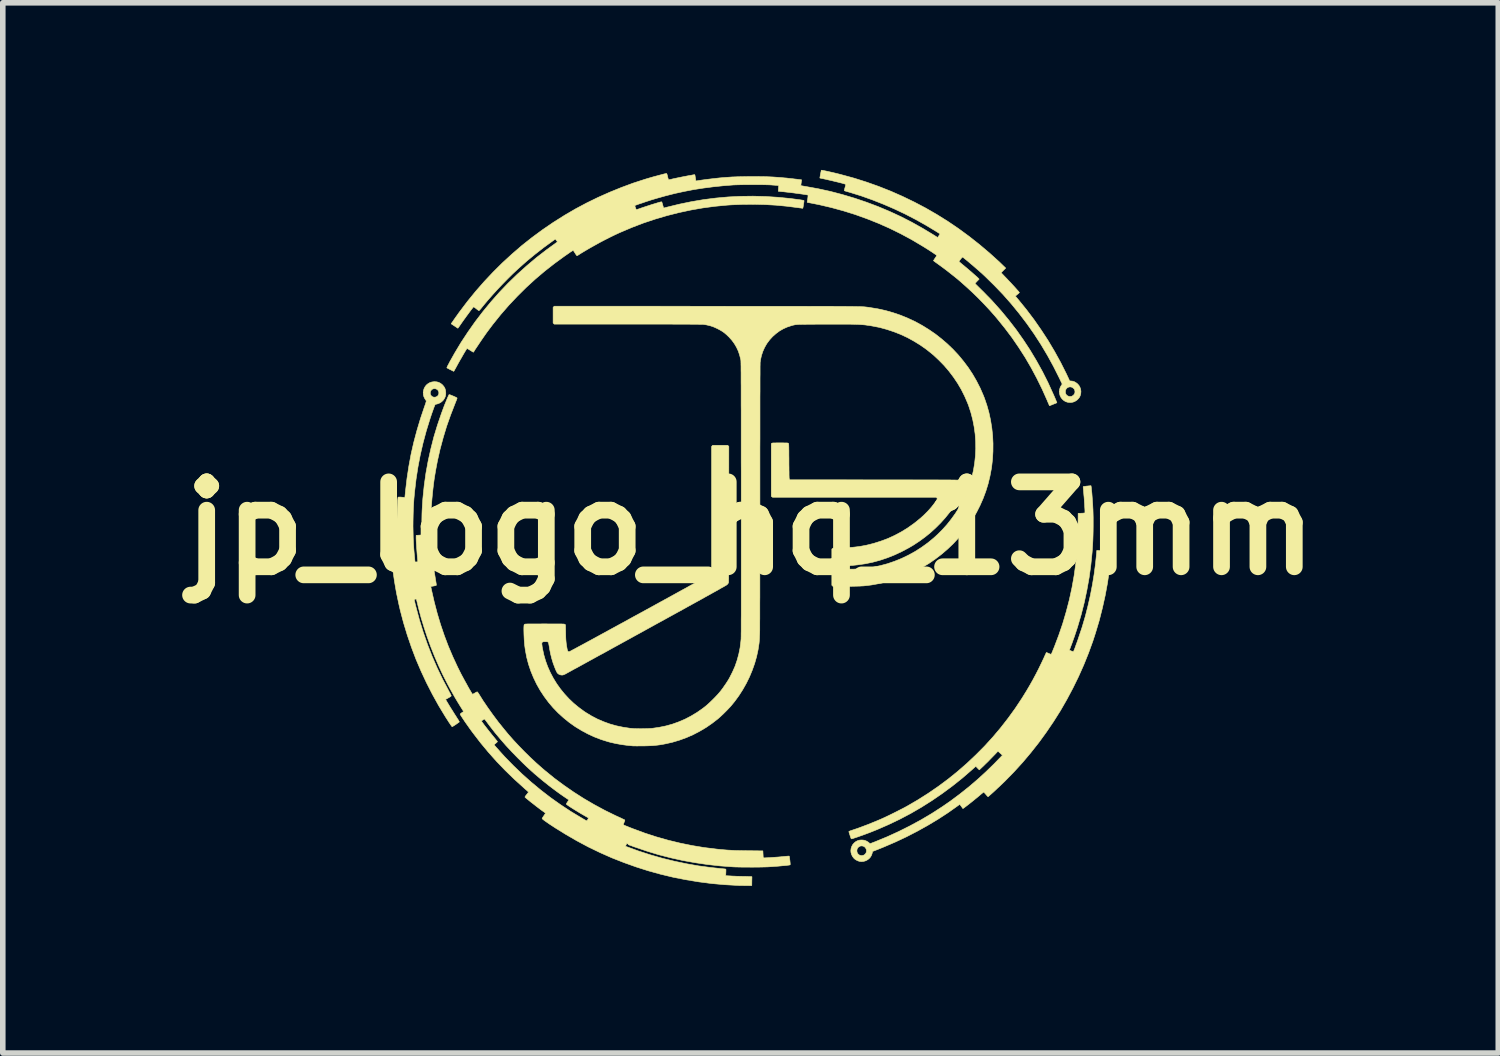
<source format=kicad_pcb>
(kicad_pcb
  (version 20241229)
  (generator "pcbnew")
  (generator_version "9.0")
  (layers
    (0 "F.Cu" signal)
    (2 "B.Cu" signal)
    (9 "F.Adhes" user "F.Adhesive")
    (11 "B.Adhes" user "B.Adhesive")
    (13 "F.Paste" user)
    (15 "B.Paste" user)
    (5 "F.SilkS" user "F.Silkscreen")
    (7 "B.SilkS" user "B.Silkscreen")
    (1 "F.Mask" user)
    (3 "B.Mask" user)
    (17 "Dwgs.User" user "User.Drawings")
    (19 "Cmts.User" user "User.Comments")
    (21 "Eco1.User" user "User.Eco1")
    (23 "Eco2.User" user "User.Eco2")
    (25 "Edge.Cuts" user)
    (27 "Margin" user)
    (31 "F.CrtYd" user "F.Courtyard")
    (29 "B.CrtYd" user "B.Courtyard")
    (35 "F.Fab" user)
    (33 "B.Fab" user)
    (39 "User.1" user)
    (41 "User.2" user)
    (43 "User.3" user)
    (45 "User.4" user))
  (footprint "jp_logo_hq_13mm"
    (layer "F.Cu")
    (at 10.421 6.434)
    (property "Reference" "jp_logo_hq_13mm" (at 0 0 0) (layer "F.SilkS") (effects (font (size 1.524 1.524) (thickness 0.3))))
    (attr through_hole)
    (fp_poly (pts (xy 6.112 -0.765) (xy 6.113 -0.759) (xy 6.115 -0.746) (xy 6.118 -0.727) (xy 6.12 -0.701) (xy 6.123 -0.671) (xy 6.127 -0.636) (xy 6.13 -0.598) (xy 6.133 -0.559) (xy 6.136 -0.517) (xy 6.139 -0.475) (xy 6.142 -0.434) (xy 6.144 -0.394) (xy 6.146 -0.356) (xy 6.147 -0.343) (xy 6.149 -0.274) (xy 6.151 -0.198) (xy 6.151 -0.118) (xy 6.151 -0.034) (xy 6.15 0.052) (xy 6.148 0.137) (xy 6.145 0.221) (xy 6.141 0.302) (xy 6.136 0.378) (xy 6.132 0.43) (xy 6.109 0.657) (xy 6.078 0.884) (xy 6.038 1.108) (xy 5.991 1.33) (xy 5.935 1.55) (xy 5.871 1.768) (xy 5.816 1.935) (xy 5.808 1.957) (xy 5.798 1.984) (xy 5.787 2.015) (xy 5.776 2.047) (xy 5.764 2.079) (xy 5.752 2.11) (xy 5.742 2.138) (xy 5.733 2.162) (xy 5.726 2.179) (xy 5.726 2.18) (xy 5.726 2.185) (xy 5.731 2.189) (xy 5.743 2.194) (xy 5.758 2.201) (xy 5.774 2.207) (xy 5.787 2.21) (xy 5.795 2.211) (xy 5.796 2.211) (xy 5.8 2.204) (xy 5.806 2.191) (xy 5.814 2.171) (xy 5.824 2.146) (xy 5.835 2.115) (xy 5.847 2.081) (xy 5.861 2.044) (xy 5.875 2.004) (xy 5.889 1.962) (xy 5.903 1.92) (xy 5.917 1.878) (xy 5.931 1.837) (xy 5.944 1.798) (xy 5.956 1.761) (xy 5.957 1.757) (xy 6.01 1.577) (xy 6.057 1.392) (xy 6.1 1.203) (xy 6.137 1.012) (xy 6.168 0.822) (xy 6.193 0.633) (xy 6.211 0.455) (xy 6.212 0.434) (xy 6.214 0.416) (xy 6.215 0.402) (xy 6.216 0.396) (xy 6.216 0.395) (xy 6.221 0.395) (xy 6.232 0.396) (xy 6.248 0.397) (xy 6.268 0.398) (xy 6.271 0.399) (xy 6.292 0.4) (xy 6.31 0.401) (xy 6.322 0.401) (xy 6.329 0.4) (xy 6.329 0.399) (xy 6.33 0.394) (xy 6.331 0.381) (xy 6.333 0.362) (xy 6.335 0.337) (xy 6.337 0.307) (xy 6.339 0.274) (xy 6.341 0.237) (xy 6.342 0.199) (xy 6.344 0.16) (xy 6.346 0.121) (xy 6.347 0.083) (xy 6.348 0.046) (xy 6.349 0.013) (xy 6.35 -0.017) (xy 6.35 -0.037) (xy 6.35 -0.076) (xy 6.495 -0.076) (xy 6.492 0.054) (xy 6.483 0.289) (xy 6.466 0.522) (xy 6.441 0.752) (xy 6.408 0.98) (xy 6.366 1.206) (xy 6.316 1.431) (xy 6.259 1.655) (xy 6.192 1.879) (xy 6.145 2.024) (xy 6.067 2.239) (xy 5.981 2.452) (xy 5.887 2.663) (xy 5.786 2.869) (xy 5.678 3.072) (xy 5.563 3.272) (xy 5.44 3.467) (xy 5.311 3.657) (xy 5.176 3.843) (xy 5.034 4.023) (xy 4.886 4.199) (xy 4.732 4.368) (xy 4.572 4.532) (xy 4.465 4.635) (xy 4.436 4.661) (xy 4.408 4.688) (xy 4.38 4.714) (xy 4.354 4.738) (xy 4.329 4.76) (xy 4.308 4.779) (xy 4.289 4.795) (xy 4.276 4.808) (xy 4.266 4.815) (xy 4.263 4.817) (xy 4.26 4.814) (xy 4.252 4.806) (xy 4.241 4.794) (xy 4.228 4.779) (xy 4.225 4.775) (xy 4.211 4.76) (xy 4.2 4.747) (xy 4.191 4.737) (xy 4.186 4.733) (xy 4.186 4.733) (xy 4.182 4.736) (xy 4.173 4.743) (xy 4.159 4.754) (xy 4.142 4.768) (xy 4.123 4.784) (xy 4.123 4.784) (xy 4.098 4.805) (xy 4.071 4.828) (xy 4.042 4.851) (xy 4.012 4.876) (xy 3.982 4.9) (xy 3.952 4.924) (xy 3.923 4.947) (xy 3.896 4.968) (xy 3.871 4.987) (xy 3.85 5.003) (xy 3.833 5.016) (xy 3.821 5.024) (xy 3.814 5.029) (xy 3.812 5.029) (xy 3.809 5.025) (xy 3.802 5.016) (xy 3.793 5.002) (xy 3.784 4.99) (xy 3.756 4.953) (xy 3.714 4.984) (xy 3.543 5.105) (xy 3.365 5.221) (xy 3.18 5.332) (xy 2.991 5.437) (xy 2.797 5.537) (xy 2.599 5.63) (xy 2.397 5.717) (xy 2.276 5.766) (xy 2.191 5.799) (xy 2.186 5.824) (xy 2.174 5.862) (xy 2.156 5.896) (xy 2.131 5.925) (xy 2.102 5.948) (xy 2.069 5.966) (xy 2.032 5.977) (xy 1.994 5.981) (xy 1.956 5.977) (xy 1.928 5.968) (xy 1.899 5.954) (xy 1.872 5.936) (xy 1.854 5.919) (xy 1.83 5.887) (xy 1.813 5.852) (xy 1.803 5.815) (xy 1.801 5.787) (xy 1.909 5.787) (xy 1.913 5.813) (xy 1.923 5.835) (xy 1.939 5.853) (xy 1.959 5.866) (xy 1.983 5.872) (xy 2.007 5.872) (xy 2.033 5.865) (xy 2.037 5.863) (xy 2.056 5.849) (xy 2.071 5.829) (xy 2.079 5.811) (xy 2.082 5.787) (xy 2.079 5.764) (xy 2.069 5.742) (xy 2.055 5.724) (xy 2.037 5.71) (xy 2.015 5.702) (xy 1.993 5.699) (xy 1.969 5.703) (xy 1.964 5.705) (xy 1.939 5.72) (xy 1.922 5.739) (xy 1.912 5.763) (xy 1.909 5.787) (xy 1.801 5.787) (xy 1.801 5.778) (xy 1.806 5.742) (xy 1.818 5.707) (xy 1.836 5.674) (xy 1.862 5.645) (xy 1.892 5.621) (xy 1.926 5.604) (xy 1.962 5.595) (xy 2 5.593) (xy 2.038 5.597) (xy 2.074 5.609) (xy 2.107 5.627) (xy 2.125 5.641) (xy 2.145 5.66) (xy 2.236 5.625) (xy 2.45 5.537) (xy 2.658 5.442) (xy 2.862 5.34) (xy 3.061 5.232) (xy 3.255 5.117) (xy 3.444 4.995) (xy 3.59 4.894) (xy 3.756 4.77) (xy 3.918 4.641) (xy 4.076 4.506) (xy 4.228 4.367) (xy 4.374 4.225) (xy 4.433 4.164) (xy 4.522 4.072) (xy 4.492 4.044) (xy 4.477 4.031) (xy 4.464 4.019) (xy 4.454 4.01) (xy 4.451 4.008) (xy 4.441 4) (xy 4.398 4.046) (xy 4.354 4.091) (xy 4.308 4.138) (xy 4.263 4.185) (xy 4.218 4.228) (xy 4.178 4.268) (xy 4.169 4.276) (xy 4.107 4.335) (xy 4.075 4.303) (xy 4.044 4.27) (xy 3.966 4.34) (xy 3.796 4.487) (xy 3.62 4.627) (xy 3.44 4.76) (xy 3.256 4.886) (xy 3.068 5.005) (xy 2.875 5.117) (xy 2.678 5.221) (xy 2.477 5.317) (xy 2.271 5.407) (xy 2.131 5.463) (xy 2.1 5.474) (xy 2.066 5.487) (xy 2.031 5.5) (xy 1.995 5.513) (xy 1.96 5.525) (xy 1.927 5.537) (xy 1.896 5.547) (xy 1.869 5.556) (xy 1.847 5.564) (xy 1.83 5.569) (xy 1.819 5.572) (xy 1.818 5.572) (xy 1.813 5.572) (xy 1.81 5.571) (xy 1.806 5.567) (xy 1.803 5.56) (xy 1.798 5.547) (xy 1.792 5.529) (xy 1.786 5.51) (xy 1.779 5.488) (xy 1.773 5.468) (xy 1.768 5.453) (xy 1.766 5.444) (xy 1.765 5.442) (xy 1.769 5.439) (xy 1.779 5.434) (xy 1.794 5.428) (xy 1.809 5.423) (xy 1.877 5.4) (xy 1.952 5.374) (xy 2.029 5.345) (xy 2.109 5.315) (xy 2.188 5.283) (xy 2.266 5.251) (xy 2.33 5.224) (xy 2.366 5.208) (xy 2.408 5.189) (xy 2.454 5.167) (xy 2.504 5.143) (xy 2.555 5.118) (xy 2.607 5.092) (xy 2.658 5.066) (xy 2.707 5.041) (xy 2.752 5.018) (xy 2.791 4.997) (xy 2.813 4.985) (xy 3.005 4.873) (xy 3.191 4.755) (xy 3.373 4.63) (xy 3.549 4.499) (xy 3.72 4.361) (xy 3.885 4.217) (xy 4.044 4.067) (xy 4.198 3.912) (xy 4.346 3.75) (xy 4.487 3.583) (xy 4.622 3.41) (xy 4.751 3.232) (xy 4.873 3.048) (xy 4.956 2.914) (xy 5.01 2.822) (xy 5.065 2.725) (xy 5.119 2.624) (xy 5.172 2.521) (xy 5.221 2.42) (xy 5.267 2.323) (xy 5.272 2.311) (xy 5.283 2.287) (xy 5.293 2.265) (xy 5.301 2.248) (xy 5.307 2.235) (xy 5.31 2.228) (xy 5.311 2.228) (xy 5.315 2.229) (xy 5.325 2.233) (xy 5.339 2.238) (xy 5.351 2.244) (xy 5.368 2.251) (xy 5.382 2.256) (xy 5.391 2.26) (xy 5.394 2.261) (xy 5.396 2.259) (xy 5.399 2.255) (xy 5.404 2.246) (xy 5.41 2.233) (xy 5.418 2.215) (xy 5.428 2.19) (xy 5.44 2.159) (xy 5.453 2.129) (xy 5.532 1.92) (xy 5.604 1.709) (xy 5.667 1.496) (xy 5.723 1.281) (xy 5.77 1.065) (xy 5.809 0.847) (xy 5.839 0.628) (xy 5.861 0.408) (xy 5.863 0.387) (xy 5.866 0.349) (xy 5.868 0.315) (xy 5.87 0.282) (xy 5.872 0.251) (xy 5.874 0.219) (xy 5.875 0.186) (xy 5.876 0.151) (xy 5.877 0.111) (xy 5.878 0.067) (xy 5.878 0.016) (xy 5.879 -0.034) (xy 5.881 -0.27) (xy 5.94 -0.272) (xy 5.962 -0.273) (xy 5.98 -0.275) (xy 5.994 -0.276) (xy 6.001 -0.277) (xy 6.002 -0.277) (xy 6.003 -0.282) (xy 6.003 -0.295) (xy 6.003 -0.315) (xy 6.002 -0.34) (xy 6 -0.37) (xy 5.998 -0.403) (xy 5.996 -0.44) (xy 5.993 -0.478) (xy 5.991 -0.518) (xy 5.988 -0.558) (xy 5.984 -0.597) (xy 5.981 -0.635) (xy 5.978 -0.669) (xy 5.976 -0.692) (xy 5.974 -0.713) (xy 5.972 -0.73) (xy 5.972 -0.743) (xy 5.972 -0.75) (xy 5.973 -0.75) (xy 5.978 -0.751) (xy 5.989 -0.753) (xy 6.006 -0.755) (xy 6.025 -0.758) (xy 6.046 -0.76) (xy 6.067 -0.762) (xy 6.086 -0.764) (xy 6.1 -0.765) (xy 6.11 -0.765) (xy 6.112 -0.765)) (stroke (width 0.01) (type solid)) (fill yes) (layer "F.SilkS"))
    (fp_poly (pts (xy -5.631 -2.63) (xy -5.597 -2.621) (xy -5.564 -2.604) (xy -5.533 -2.58) (xy -5.53 -2.577) (xy -5.504 -2.547) (xy -5.485 -2.514) (xy -5.474 -2.478) (xy -5.47 -2.436) (xy -5.469 -2.43) (xy -5.472 -2.394) (xy -5.48 -2.361) (xy -5.495 -2.33) (xy -5.497 -2.326) (xy -5.519 -2.296) (xy -5.547 -2.27) (xy -5.579 -2.25) (xy -5.614 -2.236) (xy -5.632 -2.231) (xy -5.646 -2.228) (xy -5.657 -2.225) (xy -5.661 -2.224) (xy -5.663 -2.218) (xy -5.668 -2.206) (xy -5.675 -2.188) (xy -5.684 -2.165) (xy -5.694 -2.138) (xy -5.704 -2.108) (xy -5.716 -2.076) (xy -5.727 -2.044) (xy -5.738 -2.011) (xy -5.748 -1.981) (xy -5.752 -1.968) (xy -5.819 -1.752) (xy -5.877 -1.536) (xy -5.927 -1.32) (xy -5.969 -1.101) (xy -6.003 -0.882) (xy -6.029 -0.659) (xy -6.041 -0.531) (xy -6.047 -0.44) (xy -6.052 -0.343) (xy -6.055 -0.243) (xy -6.057 -0.139) (xy -6.058 -0.036) (xy -6.056 0.066) (xy -6.054 0.166) (xy -6.05 0.26) (xy -6.045 0.339) (xy -6.043 0.371) (xy -6.04 0.405) (xy -6.037 0.44) (xy -6.034 0.474) (xy -6.031 0.505) (xy -6.028 0.535) (xy -6.026 0.56) (xy -6.024 0.58) (xy -6.022 0.594) (xy -6.021 0.601) (xy -6.02 0.602) (xy -6.015 0.603) (xy -6.004 0.603) (xy -5.994 0.602) (xy -5.971 0.6) (xy -5.978 0.526) (xy -5.981 0.494) (xy -5.984 0.458) (xy -5.987 0.42) (xy -5.99 0.381) (xy -5.993 0.341) (xy -5.995 0.302) (xy -5.998 0.265) (xy -6 0.232) (xy -6.001 0.202) (xy -6.002 0.179) (xy -6.002 0.162) (xy -6.002 0.157) (xy -6.001 0.125) (xy -5.984 0.124) (xy -5.971 0.123) (xy -5.954 0.122) (xy -5.935 0.121) (xy -5.933 0.12) (xy -5.899 0.118) (xy -5.899 -0.073) (xy -5.899 -0.141) (xy -5.898 -0.203) (xy -5.897 -0.26) (xy -5.895 -0.314) (xy -5.892 -0.366) (xy -5.889 -0.42) (xy -5.885 -0.476) (xy -5.881 -0.536) (xy -5.88 -0.546) (xy -5.857 -0.769) (xy -5.826 -0.991) (xy -5.786 -1.21) (xy -5.738 -1.427) (xy -5.683 -1.643) (xy -5.618 -1.857) (xy -5.546 -2.068) (xy -5.515 -2.151) (xy -5.501 -2.189) (xy -5.486 -2.227) (xy -5.471 -2.263) (xy -5.458 -2.296) (xy -5.445 -2.327) (xy -5.434 -2.353) (xy -5.424 -2.374) (xy -5.417 -2.39) (xy -5.412 -2.399) (xy -5.41 -2.4) (xy -5.404 -2.4) (xy -5.391 -2.397) (xy -5.371 -2.389) (xy -5.344 -2.378) (xy -5.334 -2.374) (xy -5.31 -2.363) (xy -5.292 -2.355) (xy -5.28 -2.349) (xy -5.272 -2.344) (xy -5.268 -2.341) (xy -5.267 -2.337) (xy -5.268 -2.333) (xy -5.268 -2.333) (xy -5.27 -2.326) (xy -5.275 -2.312) (xy -5.282 -2.294) (xy -5.291 -2.271) (xy -5.301 -2.246) (xy -5.306 -2.233) (xy -5.383 -2.035) (xy -5.454 -1.834) (xy -5.516 -1.629) (xy -5.572 -1.421) (xy -5.619 -1.213) (xy -5.651 -1.044) (xy -5.665 -0.961) (xy -5.678 -0.88) (xy -5.689 -0.798) (xy -5.699 -0.714) (xy -5.708 -0.627) (xy -5.717 -0.535) (xy -5.725 -0.437) (xy -5.729 -0.389) (xy -5.73 -0.367) (xy -5.731 -0.336) (xy -5.732 -0.299) (xy -5.733 -0.257) (xy -5.733 -0.211) (xy -5.734 -0.162) (xy -5.734 -0.11) (xy -5.734 -0.058) (xy -5.734 -0.005) (xy -5.734 0.047) (xy -5.733 0.096) (xy -5.733 0.142) (xy -5.732 0.184) (xy -5.731 0.221) (xy -5.73 0.252) (xy -5.729 0.275) (xy -5.729 0.275) (xy -5.721 0.368) (xy -5.714 0.454) (xy -5.706 0.535) (xy -5.698 0.611) (xy -5.689 0.686) (xy -5.679 0.759) (xy -5.667 0.833) (xy -5.655 0.91) (xy -5.654 0.918) (xy -5.649 0.945) (xy -5.645 0.969) (xy -5.642 0.989) (xy -5.64 1.005) (xy -5.639 1.013) (xy -5.639 1.014) (xy -5.639 1.019) (xy -5.641 1.022) (xy -5.645 1.025) (xy -5.653 1.027) (xy -5.666 1.03) (xy -5.686 1.034) (xy -5.696 1.036) (xy -5.739 1.043) (xy -5.725 1.109) (xy -5.677 1.32) (xy -5.623 1.526) (xy -5.563 1.727) (xy -5.496 1.924) (xy -5.423 2.117) (xy -5.342 2.307) (xy -5.255 2.494) (xy -5.198 2.608) (xy -5.18 2.642) (xy -5.16 2.679) (xy -5.139 2.718) (xy -5.117 2.758) (xy -5.095 2.797) (xy -5.074 2.836) (xy -5.054 2.872) (xy -5.035 2.904) (xy -5.018 2.933) (xy -5.004 2.956) (xy -4.994 2.972) (xy -4.993 2.973) (xy -4.99 2.976) (xy -4.986 2.976) (xy -4.979 2.973) (xy -4.968 2.967) (xy -4.951 2.957) (xy -4.951 2.957) (xy -4.934 2.947) (xy -4.92 2.94) (xy -4.91 2.935) (xy -4.906 2.934) (xy -4.901 2.937) (xy -4.894 2.946) (xy -4.884 2.959) (xy -4.881 2.964) (xy -4.801 3.092) (xy -4.714 3.22) (xy -4.622 3.349) (xy -4.526 3.477) (xy -4.427 3.6) (xy -4.346 3.698) (xy -4.256 3.8) (xy -4.159 3.904) (xy -4.058 4.008) (xy -3.954 4.11) (xy -3.848 4.209) (xy -3.743 4.302) (xy -3.689 4.348) (xy -3.523 4.483) (xy -3.351 4.611) (xy -3.173 4.734) (xy -2.99 4.851) (xy -2.803 4.96) (xy -2.612 5.063) (xy -2.418 5.158) (xy -2.361 5.184) (xy -2.334 5.196) (xy -2.31 5.208) (xy -2.289 5.218) (xy -2.272 5.226) (xy -2.261 5.231) (xy -2.258 5.234) (xy -2.256 5.238) (xy -2.257 5.246) (xy -2.261 5.258) (xy -2.269 5.277) (xy -2.269 5.279) (xy -2.276 5.295) (xy -2.281 5.309) (xy -2.284 5.318) (xy -2.285 5.32) (xy -2.28 5.322) (xy -2.268 5.328) (xy -2.251 5.335) (xy -2.229 5.344) (xy -2.203 5.354) (xy -2.175 5.366) (xy -2.146 5.377) (xy -2.116 5.389) (xy -2.105 5.393) (xy -1.9 5.469) (xy -1.691 5.537) (xy -1.479 5.597) (xy -1.265 5.649) (xy -1.049 5.693) (xy -0.832 5.729) (xy -0.613 5.756) (xy -0.537 5.764) (xy -0.489 5.768) (xy -0.444 5.772) (xy -0.402 5.775) (xy -0.36 5.777) (xy -0.317 5.78) (xy -0.273 5.782) (xy -0.225 5.783) (xy -0.174 5.784) (xy -0.117 5.785) (xy -0.053 5.786) (xy -0.028 5.786) (xy 0.222 5.789) (xy 0.225 5.844) (xy 0.226 5.865) (xy 0.227 5.884) (xy 0.228 5.899) (xy 0.228 5.907) (xy 0.228 5.907) (xy 0.229 5.91) (xy 0.231 5.912) (xy 0.236 5.913) (xy 0.245 5.914) (xy 0.26 5.914) (xy 0.281 5.913) (xy 0.295 5.912) (xy 0.328 5.911) (xy 0.366 5.908) (xy 0.409 5.905) (xy 0.454 5.902) (xy 0.499 5.899) (xy 0.543 5.895) (xy 0.583 5.891) (xy 0.618 5.888) (xy 0.635 5.886) (xy 0.656 5.884) (xy 0.674 5.883) (xy 0.687 5.882) (xy 0.694 5.883) (xy 0.695 5.883) (xy 0.696 5.888) (xy 0.699 5.9) (xy 0.701 5.918) (xy 0.704 5.94) (xy 0.707 5.96) (xy 0.71 5.988) (xy 0.712 6.008) (xy 0.713 6.022) (xy 0.713 6.032) (xy 0.712 6.037) (xy 0.71 6.039) (xy 0.704 6.041) (xy 0.69 6.044) (xy 0.67 6.046) (xy 0.643 6.05) (xy 0.61 6.053) (xy 0.573 6.056) (xy 0.532 6.06) (xy 0.488 6.064) (xy 0.441 6.067) (xy 0.393 6.071) (xy 0.344 6.074) (xy 0.313 6.076) (xy 0.284 6.077) (xy 0.247 6.078) (xy 0.204 6.079) (xy 0.157 6.08) (xy 0.105 6.08) (xy 0.052 6.081) (xy -0.003 6.081) (xy -0.057 6.08) (xy -0.111 6.08) (xy -0.161 6.08) (xy -0.208 6.079) (xy -0.25 6.078) (xy -0.286 6.077) (xy -0.307 6.076) (xy -0.539 6.059) (xy -0.768 6.034) (xy -0.993 6.001) (xy -1.216 5.961) (xy -1.436 5.912) (xy -1.653 5.856) (xy -1.866 5.791) (xy -2.077 5.719) (xy -2.085 5.717) (xy -2.112 5.707) (xy -2.137 5.697) (xy -2.158 5.69) (xy -2.175 5.684) (xy -2.185 5.68) (xy -2.189 5.679) (xy -2.192 5.676) (xy -2.19 5.673) (xy -2.19 5.67) (xy -2.198 5.666) (xy -2.204 5.663) (xy -2.215 5.659) (xy -2.221 5.658) (xy -2.224 5.661) (xy -2.226 5.665) (xy -2.23 5.676) (xy -2.236 5.688) (xy -2.237 5.69) (xy -2.243 5.706) (xy -2.219 5.715) (xy -2.005 5.793) (xy -1.791 5.862) (xy -1.577 5.923) (xy -1.364 5.975) (xy -1.149 6.02) (xy -0.933 6.058) (xy -0.715 6.087) (xy -0.527 6.107) (xy -0.502 6.109) (xy -0.48 6.111) (xy -0.462 6.113) (xy -0.45 6.115) (xy -0.445 6.115) (xy -0.443 6.118) (xy -0.441 6.123) (xy -0.441 6.133) (xy -0.441 6.149) (xy -0.442 6.172) (xy -0.442 6.176) (xy -0.445 6.234) (xy -0.355 6.239) (xy -0.326 6.241) (xy -0.292 6.242) (xy -0.253 6.244) (xy -0.212 6.245) (xy -0.17 6.246) (xy -0.132 6.247) (xy -0.129 6.247) (xy -0.096 6.247) (xy -0.065 6.248) (xy -0.037 6.249) (xy -0.014 6.249) (xy 0.003 6.25) (xy 0.014 6.251) (xy 0.016 6.251) (xy 0.026 6.253) (xy 0.024 6.332) (xy 0.023 6.411) (xy -0.059 6.412) (xy -0.093 6.412) (xy -0.131 6.411) (xy -0.171 6.411) (xy -0.207 6.41) (xy -0.224 6.409) (xy -0.461 6.396) (xy -0.695 6.375) (xy -0.928 6.345) (xy -1.158 6.307) (xy -1.387 6.262) (xy -1.612 6.208) (xy -1.836 6.146) (xy -2.056 6.076) (xy -2.274 5.998) (xy -2.49 5.913) (xy -2.702 5.819) (xy -2.911 5.718) (xy -3.117 5.608) (xy -3.319 5.491) (xy -3.503 5.377) (xy -3.553 5.344) (xy -3.598 5.315) (xy -3.637 5.288) (xy -3.67 5.265) (xy -3.697 5.246) (xy -3.718 5.23) (xy -3.732 5.218) (xy -3.739 5.211) (xy -3.74 5.208) (xy -3.737 5.202) (xy -3.731 5.19) (xy -3.721 5.175) (xy -3.709 5.158) (xy -3.709 5.157) (xy -3.697 5.14) (xy -3.688 5.126) (xy -3.683 5.116) (xy -3.681 5.11) (xy -3.681 5.11) (xy -3.686 5.107) (xy -3.696 5.099) (xy -3.71 5.088) (xy -3.728 5.076) (xy -3.734 5.071) (xy -3.761 5.052) (xy -3.79 5.03) (xy -3.82 5.007) (xy -3.852 4.983) (xy -3.883 4.958) (xy -3.914 4.934) (xy -3.944 4.911) (xy -3.971 4.889) (xy -3.995 4.869) (xy -4.016 4.852) (xy -4.032 4.839) (xy -4.043 4.829) (xy -4.048 4.824) (xy -4.048 4.824) (xy -4.047 4.818) (xy -4.04 4.807) (xy -4.028 4.79) (xy -4.017 4.777) (xy -4.005 4.761) (xy -3.994 4.747) (xy -3.987 4.737) (xy -3.985 4.733) (xy -3.985 4.732) (xy -3.988 4.729) (xy -3.997 4.721) (xy -4.01 4.708) (xy -4.028 4.693) (xy -4.049 4.675) (xy -4.071 4.655) (xy -4.072 4.654) (xy -4.24 4.502) (xy -4.401 4.346) (xy -4.555 4.186) (xy -4.703 4.02) (xy -4.845 3.849) (xy -4.968 3.689) (xy -4.993 3.656) (xy -5.018 3.622) (xy -5.044 3.586) (xy -5.069 3.55) (xy -5.094 3.515) (xy -5.118 3.481) (xy -5.134 3.457) (xy -4.83 3.457) (xy -4.828 3.461) (xy -4.822 3.471) (xy -4.811 3.486) (xy -4.797 3.505) (xy -4.78 3.528) (xy -4.76 3.554) (xy -4.738 3.582) (xy -4.715 3.612) (xy -4.691 3.642) (xy -4.667 3.672) (xy -4.643 3.702) (xy -4.62 3.73) (xy -4.601 3.753) (xy -4.584 3.774) (xy -4.569 3.793) (xy -4.556 3.809) (xy -4.547 3.82) (xy -4.543 3.827) (xy -4.542 3.827) (xy -4.545 3.831) (xy -4.551 3.839) (xy -4.564 3.85) (xy -4.582 3.866) (xy -4.589 3.872) (xy -4.603 3.885) (xy -4.565 3.929) (xy -4.417 4.094) (xy -4.262 4.253) (xy -4.102 4.407) (xy -3.936 4.555) (xy -3.766 4.696) (xy -3.591 4.831) (xy -3.412 4.958) (xy -3.229 5.079) (xy -3.043 5.191) (xy -3.031 5.198) (xy -3.01 5.211) (xy -2.99 5.222) (xy -2.973 5.232) (xy -2.961 5.239) (xy -2.957 5.241) (xy -2.947 5.247) (xy -2.939 5.248) (xy -2.939 5.248) (xy -2.934 5.244) (xy -2.927 5.235) (xy -2.92 5.223) (xy -2.914 5.21) (xy -2.91 5.201) (xy -2.909 5.197) (xy -2.913 5.195) (xy -2.923 5.189) (xy -2.938 5.18) (xy -2.958 5.169) (xy -2.98 5.156) (xy -2.987 5.152) (xy -3.027 5.129) (xy -3.068 5.105) (xy -3.107 5.081) (xy -3.145 5.058) (xy -3.18 5.036) (xy -3.212 5.016) (xy -3.241 4.997) (xy -3.265 4.981) (xy -3.284 4.968) (xy -3.298 4.957) (xy -3.305 4.951) (xy -3.306 4.949) (xy -3.304 4.943) (xy -3.298 4.931) (xy -3.289 4.917) (xy -3.283 4.908) (xy -3.26 4.874) (xy -3.297 4.849) (xy -3.355 4.81) (xy -3.418 4.766) (xy -3.484 4.718) (xy -3.551 4.668) (xy -3.618 4.617) (xy -3.683 4.565) (xy -3.73 4.528) (xy -3.804 4.466) (xy -3.875 4.406) (xy -3.943 4.345) (xy -4.012 4.282) (xy -4.082 4.215) (xy -4.154 4.143) (xy -4.166 4.132) (xy -4.28 4.015) (xy -4.387 3.9) (xy -4.488 3.784) (xy -4.586 3.667) (xy -4.68 3.546) (xy -4.716 3.498) (xy -4.732 3.476) (xy -4.747 3.456) (xy -4.76 3.44) (xy -4.77 3.428) (xy -4.775 3.422) (xy -4.776 3.421) (xy -4.781 3.423) (xy -4.79 3.429) (xy -4.802 3.437) (xy -4.815 3.446) (xy -4.827 3.455) (xy -4.83 3.457) (xy -5.134 3.457) (xy -5.14 3.448) (xy -5.16 3.419) (xy -5.177 3.392) (xy -5.192 3.37) (xy -5.202 3.353) (xy -5.209 3.341) (xy -5.211 3.335) (xy -5.207 3.328) (xy -5.196 3.319) (xy -5.18 3.307) (xy -5.149 3.287) (xy -5.168 3.258) (xy -5.21 3.191) (xy -5.255 3.118) (xy -5.301 3.041) (xy -5.347 2.959) (xy -5.393 2.877) (xy -5.438 2.793) (xy -5.48 2.711) (xy -5.52 2.632) (xy -5.528 2.616) (xy -5.602 2.456) (xy -5.673 2.291) (xy -5.74 2.122) (xy -5.802 1.951) (xy -5.859 1.779) (xy -5.911 1.608) (xy -5.956 1.439) (xy -5.984 1.323) (xy -5.989 1.303) (xy -5.993 1.286) (xy -5.996 1.275) (xy -5.998 1.269) (xy -5.998 1.269) (xy -6.004 1.268) (xy -6.014 1.27) (xy -6.019 1.271) (xy -6.024 1.272) (xy -6.028 1.273) (xy -6.031 1.274) (xy -6.033 1.276) (xy -6.034 1.281) (xy -6.034 1.289) (xy -6.032 1.3) (xy -6.028 1.316) (xy -6.023 1.337) (xy -6.017 1.364) (xy -6.008 1.398) (xy -6 1.428) (xy -5.941 1.649) (xy -5.873 1.868) (xy -5.798 2.083) (xy -5.715 2.296) (xy -5.624 2.505) (xy -5.525 2.711) (xy -5.418 2.913) (xy -5.407 2.935) (xy -5.395 2.956) (xy -5.385 2.975) (xy -5.378 2.991) (xy -5.373 3.001) (xy -5.372 3.005) (xy -5.374 3.01) (xy -5.38 3.016) (xy -5.392 3.024) (xy -5.41 3.035) (xy -5.422 3.042) (xy -5.473 3.07) (xy -5.439 3.128) (xy -5.421 3.158) (xy -5.4 3.193) (xy -5.376 3.232) (xy -5.35 3.272) (xy -5.325 3.313) (xy -5.3 3.352) (xy -5.277 3.388) (xy -5.261 3.414) (xy -5.248 3.433) (xy -5.238 3.45) (xy -5.231 3.463) (xy -5.227 3.472) (xy -5.227 3.474) (xy -5.231 3.478) (xy -5.24 3.485) (xy -5.255 3.495) (xy -5.271 3.507) (xy -5.29 3.52) (xy -5.308 3.532) (xy -5.326 3.543) (xy -5.34 3.552) (xy -5.35 3.558) (xy -5.355 3.56) (xy -5.359 3.557) (xy -5.367 3.546) (xy -5.38 3.529) (xy -5.395 3.506) (xy -5.415 3.477) (xy -5.437 3.442) (xy -5.463 3.402) (xy -5.477 3.38) (xy -5.597 3.182) (xy -5.709 2.98) (xy -5.815 2.773) (xy -5.913 2.563) (xy -6.004 2.35) (xy -6.086 2.134) (xy -6.161 1.914) (xy -6.228 1.693) (xy -6.287 1.469) (xy -6.311 1.365) (xy -6.355 1.157) (xy -6.391 0.949) (xy -6.421 0.739) (xy -6.444 0.526) (xy -6.458 0.351) (xy -6.459 0.326) (xy -6.461 0.296) (xy -6.462 0.263) (xy -6.464 0.226) (xy -6.466 0.188) (xy -6.467 0.149) (xy -6.468 0.111) (xy -6.469 0.073) (xy -6.47 0.037) (xy -6.471 0.005) (xy -6.472 -0.024) (xy -6.472 -0.047) (xy -6.472 -0.065) (xy -6.472 -0.076) (xy -6.471 -0.078) (xy -6.469 -0.081) (xy -6.463 -0.083) (xy -6.453 -0.084) (xy -6.438 -0.084) (xy -6.415 -0.085) (xy -6.408 -0.085) (xy -6.347 -0.085) (xy -6.344 -0.221) (xy -6.343 -0.26) (xy -6.342 -0.3) (xy -6.341 -0.34) (xy -6.339 -0.38) (xy -6.337 -0.418) (xy -6.335 -0.453) (xy -6.334 -0.485) (xy -6.332 -0.512) (xy -6.33 -0.534) (xy -6.328 -0.55) (xy -6.327 -0.558) (xy -6.326 -0.559) (xy -6.321 -0.561) (xy -6.309 -0.562) (xy -6.292 -0.562) (xy -6.272 -0.561) (xy -6.25 -0.559) (xy -6.228 -0.557) (xy -6.221 -0.556) (xy -6.204 -0.554) (xy -6.192 -0.674) (xy -6.166 -0.895) (xy -6.133 -1.113) (xy -6.093 -1.33) (xy -6.044 -1.545) (xy -5.987 -1.759) (xy -5.923 -1.973) (xy -5.851 -2.186) (xy -5.84 -2.217) (xy -5.831 -2.243) (xy -5.825 -2.264) (xy -5.821 -2.279) (xy -5.819 -2.287) (xy -5.819 -2.288) (xy -5.845 -2.327) (xy -5.863 -2.364) (xy -5.873 -2.402) (xy -5.873 -2.419) (xy -5.748 -2.419) (xy -5.742 -2.398) (xy -5.73 -2.38) (xy -5.714 -2.366) (xy -5.694 -2.357) (xy -5.672 -2.354) (xy -5.648 -2.358) (xy -5.636 -2.363) (xy -5.616 -2.376) (xy -5.603 -2.395) (xy -5.595 -2.416) (xy -5.594 -2.438) (xy -5.599 -2.46) (xy -5.612 -2.481) (xy -5.62 -2.489) (xy -5.641 -2.502) (xy -5.663 -2.508) (xy -5.686 -2.507) (xy -5.708 -2.5) (xy -5.726 -2.486) (xy -5.74 -2.466) (xy -5.74 -2.466) (xy -5.748 -2.442) (xy -5.748 -2.419) (xy -5.873 -2.419) (xy -5.874 -2.44) (xy -5.872 -2.463) (xy -5.861 -2.504) (xy -5.843 -2.54) (xy -5.82 -2.571) (xy -5.79 -2.596) (xy -5.756 -2.616) (xy -5.718 -2.628) (xy -5.677 -2.633) (xy -5.671 -2.633) (xy -5.631 -2.63)) (stroke (width 0.01) (type solid)) (fill yes) (layer "F.SilkS"))
    (fp_poly (pts (xy 1.276 -6.429) (xy 1.288 -6.427) (xy 1.307 -6.424) (xy 1.331 -6.419) (xy 1.36 -6.413) (xy 1.392 -6.406) (xy 1.427 -6.398) (xy 1.464 -6.39) (xy 1.502 -6.381) (xy 1.539 -6.372) (xy 1.576 -6.363) (xy 1.611 -6.354) (xy 1.63 -6.349) (xy 1.857 -6.287) (xy 2.081 -6.216) (xy 2.301 -6.138) (xy 2.518 -6.052) (xy 2.731 -5.958) (xy 2.94 -5.857) (xy 3.145 -5.749) (xy 3.346 -5.633) (xy 3.543 -5.51) (xy 3.736 -5.379) (xy 3.924 -5.241) (xy 4.108 -5.096) (xy 4.288 -4.944) (xy 4.464 -4.785) (xy 4.535 -4.716) (xy 4.581 -4.672) (xy 4.54 -4.631) (xy 4.498 -4.589) (xy 4.53 -4.556) (xy 4.566 -4.518) (xy 4.602 -4.481) (xy 4.636 -4.444) (xy 4.67 -4.409) (xy 4.701 -4.375) (xy 4.73 -4.344) (xy 4.756 -4.315) (xy 4.778 -4.29) (xy 4.797 -4.269) (xy 4.812 -4.252) (xy 4.821 -4.24) (xy 4.826 -4.234) (xy 4.826 -4.233) (xy 4.823 -4.229) (xy 4.815 -4.221) (xy 4.803 -4.21) (xy 4.79 -4.2) (xy 4.754 -4.169) (xy 4.808 -4.105) (xy 4.951 -3.929) (xy 5.088 -3.748) (xy 5.218 -3.561) (xy 5.342 -3.371) (xy 5.458 -3.176) (xy 5.567 -2.978) (xy 5.668 -2.777) (xy 5.698 -2.713) (xy 5.729 -2.646) (xy 5.749 -2.646) (xy 5.783 -2.642) (xy 5.818 -2.63) (xy 5.85 -2.61) (xy 5.869 -2.595) (xy 5.895 -2.566) (xy 5.914 -2.532) (xy 5.926 -2.496) (xy 5.931 -2.458) (xy 5.928 -2.42) (xy 5.918 -2.382) (xy 5.907 -2.357) (xy 5.887 -2.33) (xy 5.862 -2.305) (xy 5.831 -2.284) (xy 5.798 -2.269) (xy 5.766 -2.261) (xy 5.725 -2.26) (xy 5.687 -2.265) (xy 5.651 -2.278) (xy 5.62 -2.298) (xy 5.593 -2.323) (xy 5.571 -2.353) (xy 5.555 -2.387) (xy 5.546 -2.425) (xy 5.544 -2.453) (xy 5.544 -2.454) (xy 5.651 -2.454) (xy 5.654 -2.428) (xy 5.664 -2.405) (xy 5.678 -2.389) (xy 5.697 -2.376) (xy 5.721 -2.368) (xy 5.745 -2.367) (xy 5.768 -2.372) (xy 5.773 -2.375) (xy 5.796 -2.39) (xy 5.812 -2.41) (xy 5.822 -2.432) (xy 5.824 -2.456) (xy 5.82 -2.479) (xy 5.809 -2.502) (xy 5.794 -2.517) (xy 5.772 -2.532) (xy 5.749 -2.539) (xy 5.726 -2.539) (xy 5.703 -2.533) (xy 5.683 -2.521) (xy 5.667 -2.504) (xy 5.656 -2.483) (xy 5.651 -2.458) (xy 5.651 -2.454) (xy 5.544 -2.454) (xy 5.547 -2.491) (xy 5.557 -2.525) (xy 5.573 -2.557) (xy 5.577 -2.563) (xy 5.595 -2.59) (xy 5.542 -2.701) (xy 5.439 -2.906) (xy 5.33 -3.105) (xy 5.214 -3.3) (xy 5.091 -3.49) (xy 4.961 -3.675) (xy 4.824 -3.855) (xy 4.681 -4.03) (xy 4.531 -4.2) (xy 4.373 -4.364) (xy 4.21 -4.524) (xy 4.149 -4.581) (xy 4.128 -4.599) (xy 4.104 -4.621) (xy 4.076 -4.645) (xy 4.047 -4.67) (xy 4.016 -4.697) (xy 3.985 -4.724) (xy 3.953 -4.75) (xy 3.923 -4.776) (xy 3.895 -4.8) (xy 3.869 -4.821) (xy 3.846 -4.839) (xy 3.828 -4.854) (xy 3.814 -4.865) (xy 3.807 -4.87) (xy 3.803 -4.868) (xy 3.795 -4.86) (xy 3.785 -4.849) (xy 3.774 -4.836) (xy 3.763 -4.821) (xy 3.753 -4.808) (xy 3.746 -4.797) (xy 3.742 -4.79) (xy 3.742 -4.789) (xy 3.746 -4.786) (xy 3.755 -4.778) (xy 3.769 -4.766) (xy 3.787 -4.751) (xy 3.808 -4.733) (xy 3.825 -4.72) (xy 3.848 -4.7) (xy 3.875 -4.678) (xy 3.903 -4.654) (xy 3.932 -4.629) (xy 3.962 -4.604) (xy 3.99 -4.579) (xy 4.017 -4.555) (xy 4.041 -4.534) (xy 4.062 -4.516) (xy 4.078 -4.501) (xy 4.089 -4.49) (xy 4.091 -4.488) (xy 4.104 -4.474) (xy 4.079 -4.448) (xy 4.065 -4.434) (xy 4.053 -4.421) (xy 4.043 -4.41) (xy 4.042 -4.409) (xy 4.03 -4.395) (xy 4.151 -4.275) (xy 4.182 -4.245) (xy 4.214 -4.212) (xy 4.246 -4.179) (xy 4.278 -4.147) (xy 4.307 -4.117) (xy 4.332 -4.091) (xy 4.349 -4.072) (xy 4.495 -3.909) (xy 4.635 -3.74) (xy 4.769 -3.566) (xy 4.896 -3.386) (xy 5.017 -3.202) (xy 5.131 -3.012) (xy 5.238 -2.819) (xy 5.338 -2.621) (xy 5.429 -2.421) (xy 5.448 -2.379) (xy 5.463 -2.344) (xy 5.475 -2.316) (xy 5.484 -2.294) (xy 5.491 -2.277) (xy 5.496 -2.266) (xy 5.498 -2.258) (xy 5.499 -2.255) (xy 5.499 -2.254) (xy 5.494 -2.253) (xy 5.484 -2.248) (xy 5.469 -2.242) (xy 5.451 -2.235) (xy 5.431 -2.227) (xy 5.412 -2.219) (xy 5.394 -2.212) (xy 5.379 -2.206) (xy 5.37 -2.202) (xy 5.367 -2.201) (xy 5.365 -2.205) (xy 5.36 -2.216) (xy 5.353 -2.232) (xy 5.344 -2.253) (xy 5.333 -2.277) (xy 5.324 -2.3) (xy 5.234 -2.501) (xy 5.138 -2.696) (xy 5.037 -2.885) (xy 4.929 -3.07) (xy 4.814 -3.249) (xy 4.693 -3.425) (xy 4.564 -3.596) (xy 4.428 -3.764) (xy 4.387 -3.813) (xy 4.293 -3.919) (xy 4.193 -4.026) (xy 4.089 -4.133) (xy 3.981 -4.238) (xy 3.871 -4.339) (xy 3.773 -4.426) (xy 3.717 -4.474) (xy 3.654 -4.525) (xy 3.588 -4.577) (xy 3.521 -4.63) (xy 3.453 -4.681) (xy 3.386 -4.73) (xy 3.326 -4.773) (xy 3.31 -4.785) (xy 3.297 -4.795) (xy 3.288 -4.802) (xy 3.285 -4.806) (xy 3.287 -4.811) (xy 3.294 -4.821) (xy 3.303 -4.835) (xy 3.314 -4.852) (xy 3.315 -4.854) (xy 3.328 -4.872) (xy 3.336 -4.887) (xy 3.341 -4.897) (xy 3.342 -4.902) (xy 3.336 -4.907) (xy 3.323 -4.915) (xy 3.305 -4.927) (xy 3.283 -4.942) (xy 3.258 -4.959) (xy 3.23 -4.977) (xy 3.201 -4.996) (xy 3.171 -5.015) (xy 3.142 -5.033) (xy 3.114 -5.051) (xy 3.089 -5.066) (xy 3.084 -5.069) (xy 2.892 -5.183) (xy 2.697 -5.288) (xy 2.498 -5.386) (xy 2.295 -5.476) (xy 2.089 -5.558) (xy 1.88 -5.633) (xy 1.669 -5.699) (xy 1.454 -5.758) (xy 1.236 -5.809) (xy 1.101 -5.836) (xy 1.075 -5.841) (xy 1.053 -5.845) (xy 1.035 -5.849) (xy 1.023 -5.851) (xy 1.018 -5.852) (xy 1.018 -5.852) (xy 1.018 -5.856) (xy 1.019 -5.867) (xy 1.022 -5.884) (xy 1.025 -5.904) (xy 1.027 -5.916) (xy 1.03 -5.941) (xy 1.032 -5.96) (xy 1.033 -5.974) (xy 1.033 -5.981) (xy 1.032 -5.982) (xy 1.026 -5.984) (xy 1.012 -5.987) (xy 0.992 -5.99) (xy 0.966 -5.994) (xy 0.935 -5.999) (xy 0.9 -6.004) (xy 0.863 -6.009) (xy 0.823 -6.014) (xy 0.782 -6.02) (xy 0.741 -6.025) (xy 0.701 -6.03) (xy 0.663 -6.034) (xy 0.627 -6.038) (xy 0.595 -6.042) (xy 0.578 -6.043) (xy 0.499 -6.051) (xy 0.502 -6.096) (xy 0.503 -6.115) (xy 0.504 -6.131) (xy 0.506 -6.143) (xy 0.506 -6.147) (xy 0.507 -6.149) (xy 0.506 -6.151) (xy 0.503 -6.153) (xy 0.497 -6.154) (xy 0.488 -6.155) (xy 0.474 -6.157) (xy 0.455 -6.158) (xy 0.43 -6.16) (xy 0.398 -6.162) (xy 0.364 -6.165) (xy 0.339 -6.166) (xy 0.307 -6.167) (xy 0.268 -6.168) (xy 0.224 -6.169) (xy 0.176 -6.169) (xy 0.125 -6.17) (xy 0.072 -6.17) (xy 0.019 -6.17) (xy -0.035 -6.17) (xy -0.087 -6.169) (xy -0.136 -6.169) (xy -0.182 -6.168) (xy -0.224 -6.167) (xy -0.259 -6.166) (xy -0.288 -6.165) (xy -0.298 -6.165) (xy -0.487 -6.15) (xy -0.669 -6.131) (xy -0.846 -6.108) (xy -1.02 -6.081) (xy -1.19 -6.048) (xy -1.36 -6.011) (xy -1.529 -5.968) (xy -1.699 -5.92) (xy -1.789 -5.893) (xy -1.813 -5.885) (xy -1.841 -5.876) (xy -1.872 -5.866) (xy -1.904 -5.855) (xy -1.935 -5.844) (xy -1.966 -5.834) (xy -1.996 -5.824) (xy -2.022 -5.815) (xy -2.044 -5.807) (xy -2.062 -5.8) (xy -2.073 -5.796) (xy -2.077 -5.794) (xy -2.076 -5.79) (xy -2.073 -5.779) (xy -2.068 -5.765) (xy -2.065 -5.756) (xy -2.058 -5.738) (xy -2.053 -5.726) (xy -2.049 -5.721) (xy -2.045 -5.721) (xy -2.039 -5.723) (xy -2.027 -5.727) (xy -2.009 -5.733) (xy -1.986 -5.741) (xy -1.961 -5.75) (xy -1.952 -5.753) (xy -1.913 -5.766) (xy -1.868 -5.781) (xy -1.821 -5.796) (xy -1.773 -5.812) (xy -1.726 -5.826) (xy -1.683 -5.839) (xy -1.645 -5.851) (xy -1.637 -5.853) (xy -1.617 -5.858) (xy -1.604 -5.861) (xy -1.596 -5.861) (xy -1.592 -5.86) (xy -1.592 -5.859) (xy -1.59 -5.853) (xy -1.586 -5.841) (xy -1.581 -5.824) (xy -1.575 -5.804) (xy -1.575 -5.802) (xy -1.569 -5.783) (xy -1.565 -5.767) (xy -1.562 -5.755) (xy -1.56 -5.75) (xy -1.56 -5.75) (xy -1.556 -5.751) (xy -1.545 -5.753) (xy -1.529 -5.758) (xy -1.509 -5.763) (xy -1.496 -5.766) (xy -1.279 -5.819) (xy -1.061 -5.864) (xy -0.842 -5.901) (xy -0.622 -5.929) (xy -0.401 -5.949) (xy -0.179 -5.96) (xy 0.044 -5.963) (xy 0.267 -5.957) (xy 0.491 -5.943) (xy 0.716 -5.921) (xy 0.897 -5.897) (xy 0.922 -5.893) (xy 0.939 -5.89) (xy 0.95 -5.888) (xy 0.957 -5.885) (xy 0.96 -5.883) (xy 0.961 -5.879) (xy 0.961 -5.878) (xy 0.96 -5.871) (xy 0.958 -5.857) (xy 0.956 -5.839) (xy 0.952 -5.819) (xy 0.949 -5.799) (xy 0.946 -5.779) (xy 0.943 -5.763) (xy 0.94 -5.751) (xy 0.939 -5.746) (xy 0.939 -5.746) (xy 0.934 -5.746) (xy 0.922 -5.747) (xy 0.905 -5.75) (xy 0.883 -5.752) (xy 0.857 -5.756) (xy 0.849 -5.757) (xy 0.654 -5.782) (xy 0.456 -5.801) (xy 0.256 -5.812) (xy 0.055 -5.817) (xy -0.146 -5.815) (xy -0.344 -5.807) (xy -0.419 -5.802) (xy -0.638 -5.781) (xy -0.855 -5.752) (xy -1.071 -5.714) (xy -1.285 -5.668) (xy -1.498 -5.614) (xy -1.709 -5.552) (xy -1.919 -5.482) (xy -2.126 -5.403) (xy -2.331 -5.316) (xy -2.354 -5.306) (xy -2.434 -5.269) (xy -2.52 -5.227) (xy -2.609 -5.182) (xy -2.699 -5.135) (xy -2.789 -5.085) (xy -2.877 -5.036) (xy -2.962 -4.986) (xy -3.042 -4.938) (xy -3.087 -4.909) (xy -3.1 -4.901) (xy -3.11 -4.896) (xy -3.115 -4.894) (xy -3.119 -4.897) (xy -3.126 -4.906) (xy -3.136 -4.92) (xy -3.147 -4.937) (xy -3.148 -4.939) (xy -3.159 -4.956) (xy -3.169 -4.971) (xy -3.176 -4.983) (xy -3.18 -4.988) (xy -3.18 -4.988) (xy -3.182 -4.989) (xy -3.185 -4.989) (xy -3.191 -4.986) (xy -3.199 -4.981) (xy -3.212 -4.973) (xy -3.228 -4.963) (xy -3.249 -4.948) (xy -3.275 -4.93) (xy -3.307 -4.908) (xy -3.336 -4.888) (xy -3.517 -4.756) (xy -3.693 -4.618) (xy -3.863 -4.474) (xy -4.027 -4.324) (xy -4.185 -4.167) (xy -4.338 -4.005) (xy -4.484 -3.837) (xy -4.624 -3.663) (xy -4.727 -3.526) (xy -4.743 -3.504) (xy -4.761 -3.478) (xy -4.782 -3.448) (xy -4.804 -3.416) (xy -4.827 -3.383) (xy -4.85 -3.349) (xy -4.873 -3.315) (xy -4.894 -3.283) (xy -4.914 -3.254) (xy -4.931 -3.228) (xy -4.946 -3.206) (xy -4.956 -3.189) (xy -4.961 -3.18) (xy -4.968 -3.17) (xy -4.973 -3.163) (xy -4.974 -3.162) (xy -4.978 -3.164) (xy -4.989 -3.17) (xy -5.003 -3.179) (xy -5.021 -3.19) (xy -5.031 -3.196) (xy -5.05 -3.208) (xy -5.066 -3.218) (xy -5.079 -3.225) (xy -5.087 -3.23) (xy -5.088 -3.23) (xy -5.091 -3.226) (xy -5.098 -3.216) (xy -5.108 -3.2) (xy -5.121 -3.179) (xy -5.136 -3.154) (xy -5.153 -3.125) (xy -5.171 -3.094) (xy -5.19 -3.06) (xy -5.21 -3.026) (xy -5.23 -2.991) (xy -5.249 -2.957) (xy -5.267 -2.924) (xy -5.284 -2.893) (xy -5.299 -2.865) (xy -5.303 -2.859) (xy -5.312 -2.842) (xy -5.319 -2.83) (xy -5.325 -2.821) (xy -5.327 -2.819) (xy -5.332 -2.821) (xy -5.343 -2.826) (xy -5.358 -2.834) (xy -5.376 -2.843) (xy -5.395 -2.852) (xy -5.414 -2.862) (xy -5.43 -2.871) (xy -5.442 -2.877) (xy -5.449 -2.882) (xy -5.45 -2.883) (xy -5.449 -2.888) (xy -5.444 -2.899) (xy -5.436 -2.917) (xy -5.424 -2.939) (xy -5.41 -2.966) (xy -5.394 -2.997) (xy -5.375 -3.03) (xy -5.355 -3.066) (xy -5.334 -3.103) (xy -5.313 -3.141) (xy -5.196 -3.336) (xy -5.071 -3.526) (xy -4.94 -3.712) (xy -4.802 -3.892) (xy -4.658 -4.067) (xy -4.508 -4.237) (xy -4.351 -4.401) (xy -4.188 -4.559) (xy -4.019 -4.711) (xy -3.845 -4.858) (xy -3.664 -4.998) (xy -3.532 -5.094) (xy -3.511 -5.109) (xy -3.494 -5.122) (xy -3.48 -5.132) (xy -3.47 -5.139) (xy -3.467 -5.142) (xy -3.467 -5.142) (xy -3.469 -5.146) (xy -3.475 -5.156) (xy -3.484 -5.168) (xy -3.484 -5.169) (xy -3.502 -5.194) (xy -3.553 -5.157) (xy -3.712 -5.041) (xy -3.866 -4.921) (xy -4.014 -4.799) (xy -4.155 -4.674) (xy -4.176 -4.655) (xy -4.267 -4.57) (xy -4.359 -4.479) (xy -4.451 -4.385) (xy -4.542 -4.289) (xy -4.63 -4.192) (xy -4.715 -4.095) (xy -4.794 -4.001) (xy -4.838 -3.946) (xy -4.851 -3.931) (xy -4.862 -3.919) (xy -4.87 -3.91) (xy -4.874 -3.908) (xy -4.879 -3.91) (xy -4.889 -3.917) (xy -4.903 -3.927) (xy -4.919 -3.94) (xy -4.923 -3.943) (xy -4.942 -3.958) (xy -4.956 -3.968) (xy -4.965 -3.973) (xy -4.971 -3.975) (xy -4.974 -3.974) (xy -4.978 -3.969) (xy -4.987 -3.957) (xy -5 -3.941) (xy -5.016 -3.92) (xy -5.034 -3.896) (xy -5.054 -3.869) (xy -5.075 -3.84) (xy -5.097 -3.811) (xy -5.118 -3.781) (xy -5.139 -3.753) (xy -5.158 -3.726) (xy -5.176 -3.701) (xy -5.176 -3.7) (xy -5.194 -3.675) (xy -5.209 -3.653) (xy -5.223 -3.633) (xy -5.234 -3.617) (xy -5.242 -3.607) (xy -5.245 -3.603) (xy -5.252 -3.592) (xy -5.312 -3.632) (xy -5.332 -3.645) (xy -5.349 -3.656) (xy -5.362 -3.665) (xy -5.37 -3.671) (xy -5.372 -3.673) (xy -5.37 -3.677) (xy -5.363 -3.687) (xy -5.353 -3.702) (xy -5.339 -3.721) (xy -5.324 -3.744) (xy -5.306 -3.769) (xy -5.288 -3.795) (xy -5.269 -3.821) (xy -5.25 -3.848) (xy -5.233 -3.872) (xy -5.224 -3.884) (xy -5.082 -4.072) (xy -4.934 -4.254) (xy -4.779 -4.431) (xy -4.619 -4.601) (xy -4.454 -4.765) (xy -4.282 -4.923) (xy -4.106 -5.075) (xy -3.923 -5.22) (xy -3.736 -5.358) (xy -3.543 -5.49) (xy -3.345 -5.615) (xy -3.332 -5.623) (xy -3.138 -5.736) (xy -2.939 -5.842) (xy -2.736 -5.941) (xy -2.529 -6.033) (xy -2.32 -6.118) (xy -2.11 -6.196) (xy -1.898 -6.265) (xy -1.835 -6.284) (xy -1.797 -6.295) (xy -1.759 -6.306) (xy -1.72 -6.317) (xy -1.681 -6.327) (xy -1.645 -6.337) (xy -1.61 -6.346) (xy -1.579 -6.354) (xy -1.553 -6.361) (xy -1.531 -6.366) (xy -1.516 -6.369) (xy -1.507 -6.37) (xy -1.506 -6.37) (xy -1.503 -6.365) (xy -1.498 -6.353) (xy -1.493 -6.336) (xy -1.488 -6.314) (xy -1.488 -6.314) (xy -1.483 -6.294) (xy -1.478 -6.277) (xy -1.474 -6.264) (xy -1.471 -6.259) (xy -1.471 -6.258) (xy -1.465 -6.258) (xy -1.452 -6.26) (xy -1.436 -6.263) (xy -1.428 -6.265) (xy -1.392 -6.274) (xy -1.349 -6.283) (xy -1.302 -6.293) (xy -1.253 -6.303) (xy -1.203 -6.313) (xy -1.156 -6.322) (xy -1.12 -6.329) (xy -1.091 -6.334) (xy -1.065 -6.338) (xy -1.043 -6.343) (xy -1.025 -6.346) (xy -1.014 -6.348) (xy -1.011 -6.348) (xy -1.006 -6.349) (xy -1.003 -6.349) (xy -1 -6.347) (xy -0.998 -6.341) (xy -0.995 -6.33) (xy -0.993 -6.314) (xy -0.989 -6.291) (xy -0.988 -6.284) (xy -0.985 -6.266) (xy -0.983 -6.25) (xy -0.981 -6.24) (xy -0.98 -6.237) (xy -0.976 -6.237) (xy -0.965 -6.238) (xy -0.949 -6.24) (xy -0.929 -6.243) (xy -0.927 -6.244) (xy -0.873 -6.252) (xy -0.813 -6.26) (xy -0.75 -6.268) (xy -0.685 -6.276) (xy -0.621 -6.283) (xy -0.56 -6.29) (xy -0.504 -6.295) (xy -0.503 -6.295) (xy -0.454 -6.299) (xy -0.41 -6.302) (xy -0.367 -6.305) (xy -0.327 -6.308) (xy -0.285 -6.309) (xy -0.242 -6.311) (xy -0.197 -6.312) (xy -0.146 -6.313) (xy -0.09 -6.314) (xy -0.034 -6.315) (xy 0.052 -6.315) (xy 0.131 -6.315) (xy 0.205 -6.314) (xy 0.275 -6.313) (xy 0.343 -6.31) (xy 0.409 -6.307) (xy 0.477 -6.302) (xy 0.547 -6.297) (xy 0.62 -6.29) (xy 0.639 -6.289) (xy 0.657 -6.287) (xy 0.679 -6.284) (xy 0.705 -6.281) (xy 0.734 -6.278) (xy 0.764 -6.275) (xy 0.794 -6.271) (xy 0.824 -6.268) (xy 0.851 -6.264) (xy 0.875 -6.261) (xy 0.895 -6.259) (xy 0.909 -6.257) (xy 0.916 -6.256) (xy 0.917 -6.255) (xy 0.917 -6.251) (xy 0.915 -6.24) (xy 0.913 -6.224) (xy 0.91 -6.205) (xy 0.91 -6.204) (xy 0.907 -6.184) (xy 0.905 -6.168) (xy 0.904 -6.157) (xy 0.904 -6.152) (xy 0.904 -6.152) (xy 0.908 -6.151) (xy 0.92 -6.149) (xy 0.937 -6.146) (xy 0.959 -6.142) (xy 0.984 -6.138) (xy 0.995 -6.136) (xy 1.216 -6.096) (xy 1.435 -6.048) (xy 1.652 -5.991) (xy 1.867 -5.927) (xy 2.08 -5.855) (xy 2.29 -5.776) (xy 2.497 -5.689) (xy 2.7 -5.595) (xy 2.899 -5.493) (xy 3.093 -5.384) (xy 3.264 -5.281) (xy 3.36 -5.221) (xy 3.381 -5.253) (xy 3.402 -5.286) (xy 3.338 -5.327) (xy 3.156 -5.437) (xy 2.969 -5.542) (xy 2.778 -5.641) (xy 2.584 -5.733) (xy 2.387 -5.818) (xy 2.189 -5.896) (xy 1.99 -5.967) (xy 1.791 -6.029) (xy 1.742 -6.043) (xy 1.722 -6.049) (xy 1.704 -6.054) (xy 1.691 -6.059) (xy 1.685 -6.061) (xy 1.684 -6.062) (xy 1.684 -6.066) (xy 1.686 -6.078) (xy 1.69 -6.094) (xy 1.695 -6.113) (xy 1.696 -6.115) (xy 1.701 -6.135) (xy 1.706 -6.153) (xy 1.709 -6.166) (xy 1.71 -6.172) (xy 1.71 -6.173) (xy 1.709 -6.175) (xy 1.704 -6.178) (xy 1.694 -6.181) (xy 1.68 -6.185) (xy 1.661 -6.191) (xy 1.635 -6.198) (xy 1.602 -6.206) (xy 1.563 -6.216) (xy 1.524 -6.225) (xy 1.484 -6.235) (xy 1.444 -6.245) (xy 1.406 -6.253) (xy 1.372 -6.261) (xy 1.343 -6.268) (xy 1.331 -6.27) (xy 1.306 -6.276) (xy 1.283 -6.28) (xy 1.265 -6.284) (xy 1.252 -6.287) (xy 1.245 -6.289) (xy 1.245 -6.289) (xy 1.245 -6.293) (xy 1.247 -6.304) (xy 1.25 -6.32) (xy 1.253 -6.339) (xy 1.257 -6.36) (xy 1.261 -6.381) (xy 1.265 -6.4) (xy 1.268 -6.415) (xy 1.27 -6.425) (xy 1.271 -6.429) (xy 1.276 -6.429)) (stroke (width 0.01) (type solid)) (fill yes) (layer "F.SilkS"))
    (fp_poly (pts (xy -0.782 -3.987) (xy -0.599 -3.987) (xy -0.424 -3.986) (xy -0.257 -3.986) (xy -0.098 -3.986) (xy 0.054 -3.986) (xy 0.198 -3.986) (xy 0.335 -3.986) (xy 0.465 -3.986) (xy 0.587 -3.986) (xy 0.704 -3.986) (xy 0.813 -3.986) (xy 0.917 -3.986) (xy 1.014 -3.986) (xy 1.105 -3.985) (xy 1.191 -3.985) (xy 1.272 -3.985) (xy 1.347 -3.985) (xy 1.417 -3.985) (xy 1.482 -3.985) (xy 1.542 -3.984) (xy 1.598 -3.984) (xy 1.65 -3.984) (xy 1.697 -3.984) (xy 1.741 -3.983) (xy 1.781 -3.983) (xy 1.818 -3.983) (xy 1.851 -3.982) (xy 1.881 -3.982) (xy 1.909 -3.981) (xy 1.933 -3.981) (xy 1.955 -3.98) (xy 1.975 -3.98) (xy 1.993 -3.979) (xy 2.009 -3.978) (xy 2.023 -3.978) (xy 2.036 -3.977) (xy 2.048 -3.976) (xy 2.058 -3.975) (xy 2.068 -3.974) (xy 2.076 -3.973) (xy 2.085 -3.972) (xy 2.093 -3.971) (xy 2.101 -3.97) (xy 2.109 -3.969) (xy 2.117 -3.968) (xy 2.126 -3.967) (xy 2.136 -3.965) (xy 2.142 -3.964) (xy 2.284 -3.941) (xy 2.424 -3.91) (xy 2.561 -3.871) (xy 2.696 -3.825) (xy 2.827 -3.771) (xy 2.956 -3.711) (xy 3.08 -3.643) (xy 3.2 -3.569) (xy 3.317 -3.489) (xy 3.428 -3.402) (xy 3.535 -3.31) (xy 3.637 -3.212) (xy 3.733 -3.109) (xy 3.823 -3) (xy 3.908 -2.887) (xy 3.986 -2.769) (xy 4.057 -2.646) (xy 4.122 -2.519) (xy 4.179 -2.388) (xy 4.199 -2.338) (xy 4.243 -2.209) (xy 4.28 -2.077) (xy 4.309 -1.942) (xy 4.331 -1.804) (xy 4.346 -1.665) (xy 4.353 -1.524) (xy 4.352 -1.382) (xy 4.344 -1.241) (xy 4.328 -1.101) (xy 4.324 -1.075) (xy 4.298 -0.937) (xy 4.265 -0.8) (xy 4.224 -0.667) (xy 4.175 -0.536) (xy 4.119 -0.409) (xy 4.056 -0.285) (xy 3.986 -0.165) (xy 3.909 -0.049) (xy 3.826 0.063) (xy 3.736 0.17) (xy 3.641 0.273) (xy 3.539 0.37) (xy 3.432 0.462) (xy 3.32 0.548) (xy 3.203 0.629) (xy 3.08 0.703) (xy 2.953 0.771) (xy 2.822 0.832) (xy 2.741 0.866) (xy 2.614 0.912) (xy 2.482 0.951) (xy 2.347 0.984) (xy 2.21 1.009) (xy 2.17 1.016) (xy 2.137 1.02) (xy 2.108 1.024) (xy 2.08 1.027) (xy 2.052 1.03) (xy 2.025 1.033) (xy 1.996 1.034) (xy 1.965 1.036) (xy 1.93 1.037) (xy 1.891 1.038) (xy 1.847 1.039) (xy 1.797 1.04) (xy 1.739 1.04) (xy 1.728 1.04) (xy 1.482 1.042) (xy 1.46 1.021) (xy 1.46 0.372) (xy 1.47 0.362) (xy 1.473 0.36) (xy 1.476 0.358) (xy 1.481 0.356) (xy 1.488 0.355) (xy 1.498 0.354) (xy 1.512 0.353) (xy 1.53 0.352) (xy 1.555 0.351) (xy 1.587 0.351) (xy 1.619 0.35) (xy 1.698 0.348) (xy 1.771 0.344) (xy 1.838 0.339) (xy 1.901 0.332) (xy 1.963 0.324) (xy 2.024 0.313) (xy 2.077 0.303) (xy 2.21 0.27) (xy 2.34 0.229) (xy 2.466 0.182) (xy 2.588 0.126) (xy 2.706 0.063) (xy 2.82 -0.007) (xy 2.93 -0.085) (xy 2.975 -0.12) (xy 3.054 -0.185) (xy 3.125 -0.25) (xy 3.189 -0.315) (xy 3.248 -0.382) (xy 3.302 -0.451) (xy 3.314 -0.468) (xy 3.33 -0.491) (xy 3.342 -0.508) (xy 3.348 -0.521) (xy 3.351 -0.53) (xy 3.35 -0.538) (xy 3.346 -0.544) (xy 3.343 -0.548) (xy 3.332 -0.559) (xy 0.395 -0.559) (xy 0.384 -0.568) (xy 0.373 -0.576) (xy 0.373 -1.518) (xy 0.381 -1.527) (xy 0.384 -1.529) (xy 0.388 -1.53) (xy 0.394 -1.532) (xy 0.402 -1.533) (xy 0.414 -1.534) (xy 0.43 -1.534) (xy 0.452 -1.534) (xy 0.481 -1.535) (xy 0.516 -1.535) (xy 0.532 -1.535) (xy 0.57 -1.535) (xy 0.601 -1.534) (xy 0.625 -1.534) (xy 0.644 -1.534) (xy 0.657 -1.533) (xy 0.667 -1.532) (xy 0.673 -1.531) (xy 0.677 -1.529) (xy 0.68 -1.527) (xy 0.68 -1.527) (xy 0.682 -1.525) (xy 0.683 -1.522) (xy 0.684 -1.518) (xy 0.685 -1.512) (xy 0.686 -1.502) (xy 0.687 -1.49) (xy 0.687 -1.473) (xy 0.688 -1.452) (xy 0.688 -1.427) (xy 0.689 -1.395) (xy 0.689 -1.357) (xy 0.689 -1.313) (xy 0.69 -1.261) (xy 0.69 -1.205) (xy 0.69 -1.145) (xy 0.691 -1.094) (xy 0.691 -1.05) (xy 0.692 -1.013) (xy 0.692 -0.982) (xy 0.692 -0.956) (xy 0.693 -0.936) (xy 0.693 -0.919) (xy 0.694 -0.907) (xy 0.695 -0.898) (xy 0.696 -0.891) (xy 0.697 -0.887) (xy 0.698 -0.884) (xy 0.7 -0.882) (xy 0.7 -0.881) (xy 0.708 -0.872) (xy 2.231 -0.871) (xy 2.366 -0.871) (xy 2.493 -0.871) (xy 2.612 -0.871) (xy 2.724 -0.871) (xy 2.828 -0.871) (xy 2.925 -0.87) (xy 3.015 -0.87) (xy 3.098 -0.87) (xy 3.175 -0.87) (xy 3.245 -0.87) (xy 3.31 -0.87) (xy 3.369 -0.87) (xy 3.423 -0.869) (xy 3.472 -0.869) (xy 3.516 -0.869) (xy 3.555 -0.869) (xy 3.59 -0.869) (xy 3.621 -0.868) (xy 3.648 -0.868) (xy 3.671 -0.868) (xy 3.691 -0.867) (xy 3.708 -0.867) (xy 3.722 -0.867) (xy 3.734 -0.866) (xy 3.744 -0.866) (xy 3.751 -0.865) (xy 3.756 -0.865) (xy 3.761 -0.864) (xy 3.763 -0.864) (xy 3.765 -0.863) (xy 3.766 -0.863) (xy 3.79 -0.845) (xy 3.809 -0.822) (xy 3.821 -0.795) (xy 3.824 -0.766) (xy 3.824 -0.754) (xy 3.822 -0.743) (xy 3.819 -0.73) (xy 3.814 -0.714) (xy 3.806 -0.693) (xy 3.8 -0.679) (xy 3.754 -0.578) (xy 3.7 -0.478) (xy 3.638 -0.379) (xy 3.57 -0.282) (xy 3.494 -0.188) (xy 3.412 -0.097) (xy 3.324 -0.009) (xy 3.231 0.076) (xy 3.132 0.156) (xy 3.029 0.231) (xy 2.921 0.302) (xy 2.843 0.348) (xy 2.715 0.416) (xy 2.587 0.476) (xy 2.459 0.527) (xy 2.328 0.571) (xy 2.196 0.607) (xy 2.061 0.635) (xy 1.923 0.655) (xy 1.854 0.662) (xy 1.831 0.665) (xy 1.809 0.666) (xy 1.792 0.668) (xy 1.781 0.669) (xy 1.777 0.669) (xy 1.773 0.67) (xy 1.771 0.674) (xy 1.77 0.683) (xy 1.77 0.698) (xy 1.77 0.701) (xy 1.77 0.732) (xy 1.811 0.732) (xy 1.841 0.732) (xy 1.878 0.73) (xy 1.918 0.728) (xy 1.96 0.726) (xy 2.001 0.722) (xy 2.039 0.719) (xy 2.055 0.717) (xy 2.191 0.698) (xy 2.325 0.67) (xy 2.456 0.635) (xy 2.585 0.591) (xy 2.711 0.54) (xy 2.834 0.481) (xy 2.954 0.415) (xy 3.07 0.341) (xy 3.182 0.26) (xy 3.289 0.172) (xy 3.356 0.111) (xy 3.443 0.024) (xy 3.527 -0.069) (xy 3.606 -0.169) (xy 3.68 -0.272) (xy 3.747 -0.38) (xy 3.808 -0.489) (xy 3.837 -0.547) (xy 3.89 -0.667) (xy 3.935 -0.79) (xy 3.972 -0.915) (xy 4.002 -1.042) (xy 4.023 -1.171) (xy 4.037 -1.301) (xy 4.043 -1.431) (xy 4.041 -1.562) (xy 4.032 -1.693) (xy 4.014 -1.823) (xy 3.989 -1.951) (xy 3.956 -2.078) (xy 3.915 -2.203) (xy 3.896 -2.252) (xy 3.844 -2.372) (xy 3.785 -2.49) (xy 3.718 -2.604) (xy 3.644 -2.714) (xy 3.563 -2.821) (xy 3.476 -2.923) (xy 3.382 -3.019) (xy 3.284 -3.111) (xy 3.179 -3.196) (xy 3.16 -3.211) (xy 3.051 -3.288) (xy 2.936 -3.359) (xy 2.818 -3.424) (xy 2.696 -3.481) (xy 2.571 -3.53) (xy 2.444 -3.572) (xy 2.316 -3.607) (xy 2.186 -3.632) (xy 2.176 -3.634) (xy 2.148 -3.639) (xy 2.121 -3.643) (xy 2.095 -3.646) (xy 2.07 -3.65) (xy 2.045 -3.653) (xy 2.019 -3.655) (xy 1.992 -3.657) (xy 1.964 -3.659) (xy 1.933 -3.661) (xy 1.899 -3.662) (xy 1.862 -3.663) (xy 1.821 -3.664) (xy 1.776 -3.665) (xy 1.726 -3.665) (xy 1.67 -3.665) (xy 1.608 -3.665) (xy 1.54 -3.665) (xy 1.464 -3.665) (xy 1.381 -3.665) (xy 1.344 -3.665) (xy 1.267 -3.665) (xy 1.199 -3.665) (xy 1.137 -3.664) (xy 1.083 -3.664) (xy 1.035 -3.664) (xy 0.993 -3.663) (xy 0.956 -3.663) (xy 0.924 -3.662) (xy 0.897 -3.662) (xy 0.873 -3.661) (xy 0.853 -3.66) (xy 0.836 -3.659) (xy 0.82 -3.657) (xy 0.807 -3.656) (xy 0.795 -3.654) (xy 0.784 -3.651) (xy 0.773 -3.649) (xy 0.761 -3.646) (xy 0.749 -3.643) (xy 0.736 -3.639) (xy 0.732 -3.638) (xy 0.659 -3.614) (xy 0.588 -3.582) (xy 0.52 -3.543) (xy 0.457 -3.496) (xy 0.398 -3.444) (xy 0.344 -3.385) (xy 0.296 -3.321) (xy 0.292 -3.315) (xy 0.254 -3.249) (xy 0.222 -3.178) (xy 0.197 -3.103) (xy 0.18 -3.026) (xy 0.174 -2.982) (xy 0.173 -2.975) (xy 0.173 -2.96) (xy 0.173 -2.937) (xy 0.172 -2.905) (xy 0.172 -2.866) (xy 0.172 -2.819) (xy 0.172 -2.763) (xy 0.171 -2.699) (xy 0.171 -2.628) (xy 0.171 -2.548) (xy 0.171 -2.459) (xy 0.17 -2.363) (xy 0.17 -2.258) (xy 0.17 -2.146) (xy 0.17 -2.025) (xy 0.17 -1.895) (xy 0.17 -1.757) (xy 0.17 -1.611) (xy 0.169 -1.457) (xy 0.169 -1.294) (xy 0.169 -1.123) (xy 0.169 -0.944) (xy 0.169 -0.756) (xy 0.169 -0.612) (xy 0.169 -0.466) (xy 0.169 -0.323) (xy 0.169 -0.182) (xy 0.169 -0.043) (xy 0.169 0.093) (xy 0.169 0.225) (xy 0.169 0.355) (xy 0.169 0.48) (xy 0.169 0.602) (xy 0.168 0.72) (xy 0.168 0.834) (xy 0.168 0.943) (xy 0.168 1.047) (xy 0.168 1.146) (xy 0.168 1.24) (xy 0.167 1.329) (xy 0.167 1.411) (xy 0.167 1.487) (xy 0.167 1.558) (xy 0.167 1.621) (xy 0.166 1.678) (xy 0.166 1.728) (xy 0.166 1.77) (xy 0.166 1.805) (xy 0.166 1.832) (xy 0.165 1.852) (xy 0.165 1.861) (xy 0.164 1.897) (xy 0.162 1.934) (xy 0.161 1.969) (xy 0.159 2.001) (xy 0.157 2.028) (xy 0.155 2.049) (xy 0.155 2.055) (xy 0.136 2.179) (xy 0.109 2.303) (xy 0.074 2.426) (xy 0.031 2.547) (xy -0.019 2.667) (xy -0.076 2.783) (xy -0.14 2.896) (xy -0.21 3.005) (xy -0.287 3.11) (xy -0.346 3.182) (xy -0.367 3.206) (xy -0.393 3.233) (xy -0.422 3.264) (xy -0.453 3.295) (xy -0.485 3.327) (xy -0.517 3.357) (xy -0.546 3.384) (xy -0.571 3.406) (xy -0.582 3.416) (xy -0.688 3.498) (xy -0.798 3.574) (xy -0.913 3.642) (xy -1.03 3.703) (xy -1.151 3.756) (xy -1.275 3.801) (xy -1.402 3.839) (xy -1.526 3.867) (xy -1.578 3.877) (xy -1.627 3.885) (xy -1.673 3.891) (xy -1.719 3.896) (xy -1.767 3.9) (xy -1.818 3.902) (xy -1.874 3.904) (xy -1.936 3.905) (xy -1.937 3.905) (xy -1.972 3.905) (xy -2.006 3.905) (xy -2.037 3.906) (xy -2.064 3.905) (xy -2.085 3.905) (xy -2.1 3.905) (xy -2.106 3.905) (xy -2.216 3.894) (xy -2.319 3.88) (xy -2.418 3.862) (xy -2.515 3.84) (xy -2.556 3.829) (xy -2.681 3.79) (xy -2.803 3.743) (xy -2.922 3.688) (xy -3.037 3.626) (xy -3.148 3.558) (xy -3.255 3.482) (xy -3.356 3.4) (xy -3.452 3.313) (xy -3.543 3.219) (xy -3.623 3.125) (xy -3.702 3.019) (xy -3.774 2.91) (xy -3.838 2.797) (xy -3.894 2.681) (xy -3.943 2.562) (xy -3.984 2.44) (xy -4.017 2.315) (xy -4.041 2.188) (xy -4.053 2.102) (xy -4.056 2.072) (xy -4.059 2.036) (xy -4.062 1.995) (xy -4.064 1.952) (xy -4.066 1.909) (xy -4.067 1.867) (xy -4.068 1.829) (xy -4.068 1.796) (xy -4.068 1.789) (xy -4.067 1.765) (xy -4.066 1.749) (xy -4.065 1.738) (xy -4.063 1.731) (xy -4.06 1.726) (xy -4.056 1.723) (xy -4.056 1.723) (xy -4.054 1.721) (xy -4.051 1.72) (xy -4.048 1.719) (xy -4.042 1.718) (xy -4.034 1.717) (xy -4.024 1.716) (xy -4.01 1.716) (xy -3.992 1.715) (xy -3.969 1.715) (xy -3.942 1.715) (xy -3.909 1.715) (xy -3.87 1.715) (xy -3.824 1.715) (xy -3.771 1.715) (xy -3.71 1.714) (xy -3.694 1.714) (xy -3.631 1.715) (xy -3.576 1.715) (xy -3.528 1.715) (xy -3.487 1.715) (xy -3.453 1.715) (xy -3.424 1.715) (xy -3.401 1.715) (xy -3.382 1.716) (xy -3.367 1.716) (xy -3.355 1.717) (xy -3.347 1.718) (xy -3.341 1.719) (xy -3.337 1.72) (xy -3.334 1.721) (xy -3.332 1.722) (xy -3.331 1.723) (xy -3.321 1.731) (xy -3.318 1.87) (xy -3.317 1.919) (xy -3.316 1.961) (xy -3.314 1.998) (xy -3.311 2.031) (xy -3.308 2.061) (xy -3.304 2.091) (xy -3.299 2.122) (xy -3.293 2.154) (xy -3.293 2.156) (xy -3.288 2.18) (xy -3.282 2.197) (xy -3.276 2.208) (xy -3.268 2.213) (xy -3.259 2.215) (xy -3.256 2.215) (xy -3.252 2.213) (xy -3.24 2.207) (xy -3.222 2.198) (xy -3.197 2.184) (xy -3.166 2.168) (xy -3.129 2.148) (xy -3.087 2.125) (xy -3.04 2.1) (xy -2.988 2.072) (xy -2.931 2.041) (xy -2.87 2.008) (xy -2.806 1.973) (xy -2.738 1.936) (xy -2.667 1.897) (xy -2.593 1.857) (xy -2.517 1.815) (xy -2.438 1.772) (xy -2.358 1.728) (xy -2.276 1.684) (xy -2.193 1.638) (xy -2.11 1.592) (xy -2.025 1.546) (xy -1.941 1.5) (xy -1.857 1.454) (xy -1.773 1.408) (xy -1.69 1.362) (xy -1.608 1.317) (xy -1.528 1.273) (xy -1.449 1.23) (xy -1.373 1.188) (xy -1.299 1.147) (xy -1.228 1.108) (xy -1.16 1.071) (xy -1.096 1.035) (xy -1.035 1.002) (xy -0.978 0.97) (xy -0.926 0.941) (xy -0.879 0.915) (xy -0.836 0.892) (xy -0.799 0.871) (xy -0.768 0.854) (xy -0.743 0.839) (xy -0.725 0.829) (xy -0.713 0.822) (xy -0.708 0.819) (xy -0.708 0.819) (xy -0.699 0.808) (xy -0.699 -1.468) (xy -0.681 -1.49) (xy -0.408 -1.49) (xy -0.389 -1.471) (xy -0.39 -0.256) (xy -0.39 -0.134) (xy -0.39 -0.02) (xy -0.39 0.087) (xy -0.39 0.185) (xy -0.39 0.276) (xy -0.39 0.36) (xy -0.39 0.438) (xy -0.39 0.508) (xy -0.39 0.573) (xy -0.39 0.631) (xy -0.391 0.684) (xy -0.391 0.731) (xy -0.391 0.773) (xy -0.391 0.811) (xy -0.392 0.843) (xy -0.392 0.871) (xy -0.392 0.896) (xy -0.393 0.916) (xy -0.393 0.933) (xy -0.393 0.947) (xy -0.394 0.958) (xy -0.394 0.966) (xy -0.395 0.971) (xy -0.395 0.975) (xy -0.396 0.976) (xy -0.403 0.99) (xy -0.416 1.005) (xy -0.422 1.011) (xy -0.426 1.014) (xy -0.435 1.02) (xy -0.449 1.028) (xy -0.468 1.039) (xy -0.492 1.053) (xy -0.522 1.069) (xy -0.556 1.089) (xy -0.596 1.112) (xy -0.642 1.137) (xy -0.694 1.166) (xy -0.751 1.198) (xy -0.815 1.233) (xy -0.884 1.272) (xy -0.96 1.314) (xy -1.042 1.359) (xy -1.131 1.408) (xy -1.226 1.461) (xy -1.328 1.517) (xy -1.437 1.577) (xy -1.553 1.641) (xy -1.676 1.708) (xy -1.806 1.78) (xy -1.873 1.817) (xy -1.976 1.874) (xy -2.077 1.929) (xy -2.176 1.984) (xy -2.273 2.037) (xy -2.367 2.089) (xy -2.459 2.139) (xy -2.547 2.188) (xy -2.632 2.235) (xy -2.714 2.279) (xy -2.792 2.322) (xy -2.865 2.362) (xy -2.934 2.4) (xy -2.999 2.436) (xy -3.059 2.469) (xy -3.113 2.499) (xy -3.163 2.525) (xy -3.206 2.549) (xy -3.244 2.57) (xy -3.275 2.587) (xy -3.3 2.601) (xy -3.318 2.611) (xy -3.33 2.617) (xy -3.334 2.619) (xy -3.353 2.627) (xy -3.369 2.632) (xy -3.385 2.633) (xy -3.387 2.633) (xy -3.414 2.629) (xy -3.439 2.619) (xy -3.461 2.602) (xy -3.47 2.593) (xy -3.475 2.583) (xy -3.483 2.567) (xy -3.493 2.547) (xy -3.503 2.523) (xy -3.513 2.498) (xy -3.543 2.418) (xy -3.567 2.338) (xy -3.588 2.255) (xy -3.605 2.168) (xy -3.613 2.119) (xy -3.618 2.091) (xy -3.622 2.069) (xy -3.626 2.054) (xy -3.631 2.044) (xy -3.639 2.038) (xy -3.649 2.035) (xy -3.662 2.033) (xy -3.673 2.033) (xy -3.7 2.033) (xy -3.722 2.036) (xy -3.737 2.043) (xy -3.743 2.05) (xy -3.745 2.056) (xy -3.745 2.066) (xy -3.745 2.081) (xy -3.742 2.101) (xy -3.739 2.128) (xy -3.733 2.159) (xy -3.71 2.268) (xy -3.679 2.376) (xy -3.64 2.483) (xy -3.594 2.586) (xy -3.54 2.688) (xy -3.48 2.786) (xy -3.413 2.88) (xy -3.339 2.971) (xy -3.26 3.057) (xy -3.175 3.138) (xy -3.084 3.213) (xy -2.989 3.283) (xy -2.958 3.304) (xy -2.854 3.367) (xy -2.747 3.423) (xy -2.637 3.47) (xy -2.524 3.511) (xy -2.407 3.544) (xy -2.287 3.569) (xy -2.162 3.588) (xy -2.157 3.588) (xy -2.125 3.591) (xy -2.086 3.594) (xy -2.043 3.595) (xy -1.996 3.596) (xy -1.948 3.596) (xy -1.9 3.595) (xy -1.854 3.594) (xy -1.813 3.592) (xy -1.776 3.59) (xy -1.765 3.589) (xy -1.64 3.571) (xy -1.518 3.546) (xy -1.4 3.513) (xy -1.286 3.472) (xy -1.174 3.424) (xy -1.065 3.367) (xy -0.959 3.303) (xy -0.856 3.231) (xy -0.806 3.192) (xy -0.781 3.171) (xy -0.752 3.145) (xy -0.72 3.115) (xy -0.687 3.083) (xy -0.653 3.049) (xy -0.62 3.015) (xy -0.589 2.982) (xy -0.563 2.952) (xy -0.541 2.926) (xy -0.54 2.925) (xy -0.518 2.896) (xy -0.493 2.863) (xy -0.468 2.826) (xy -0.442 2.789) (xy -0.418 2.752) (xy -0.397 2.719) (xy -0.38 2.689) (xy -0.378 2.686) (xy -0.324 2.58) (xy -0.277 2.474) (xy -0.24 2.366) (xy -0.21 2.255) (xy -0.187 2.142) (xy -0.173 2.026) (xy -0.169 1.983) (xy -0.169 1.975) (xy -0.169 1.961) (xy -0.168 1.941) (xy -0.168 1.916) (xy -0.168 1.884) (xy -0.167 1.846) (xy -0.167 1.802) (xy -0.167 1.751) (xy -0.167 1.694) (xy -0.167 1.631) (xy -0.166 1.56) (xy -0.166 1.483) (xy -0.166 1.399) (xy -0.166 1.308) (xy -0.166 1.21) (xy -0.166 1.105) (xy -0.166 0.992) (xy -0.166 0.872) (xy -0.166 0.745) (xy -0.166 0.609) (xy -0.166 0.466) (xy -0.166 0.316) (xy -0.166 0.157) (xy -0.166 -0.01) (xy -0.166 -0.185) (xy -0.166 -0.368) (xy -0.166 -0.538) (xy -0.166 -0.711) (xy -0.166 -0.876) (xy -0.166 -1.033) (xy -0.167 -1.183) (xy -0.167 -1.324) (xy -0.167 -1.459) (xy -0.167 -1.586) (xy -0.167 -1.705) (xy -0.167 -1.818) (xy -0.167 -1.925) (xy -0.167 -2.025) (xy -0.167 -2.118) (xy -0.168 -2.206) (xy -0.168 -2.288) (xy -0.168 -2.364) (xy -0.168 -2.435) (xy -0.168 -2.5) (xy -0.168 -2.561) (xy -0.169 -2.617) (xy -0.169 -2.668) (xy -0.169 -2.714) (xy -0.169 -2.757) (xy -0.169 -2.795) (xy -0.17 -2.83) (xy -0.17 -2.861) (xy -0.17 -2.888) (xy -0.17 -2.912) (xy -0.171 -2.934) (xy -0.171 -2.952) (xy -0.171 -2.968) (xy -0.172 -2.982) (xy -0.172 -2.993) (xy -0.172 -3.002) (xy -0.173 -3.01) (xy -0.173 -3.016) (xy -0.174 -3.02) (xy -0.174 -3.024) (xy -0.174 -3.025) (xy -0.194 -3.105) (xy -0.218 -3.179) (xy -0.25 -3.248) (xy -0.288 -3.313) (xy -0.332 -3.374) (xy -0.384 -3.432) (xy -0.392 -3.44) (xy -0.43 -3.476) (xy -0.466 -3.507) (xy -0.503 -3.534) (xy -0.543 -3.558) (xy -0.588 -3.582) (xy -0.589 -3.583) (xy -0.655 -3.613) (xy -0.721 -3.636) (xy -0.789 -3.652) (xy -0.852 -3.662) (xy -0.86 -3.662) (xy -0.875 -3.663) (xy -0.898 -3.663) (xy -0.928 -3.663) (xy -0.965 -3.664) (xy -1.01 -3.664) (xy -1.062 -3.664) (xy -1.122 -3.665) (xy -1.19 -3.665) (xy -1.265 -3.665) (xy -1.349 -3.665) (xy -1.44 -3.666) (xy -1.539 -3.666) (xy -1.647 -3.666) (xy -1.762 -3.666) (xy -1.886 -3.666) (xy -2.018 -3.666) (xy -2.158 -3.666) (xy -2.208 -3.666) (xy -3.523 -3.666) (xy -3.543 -3.687) (xy -3.543 -3.967) (xy -3.522 -3.988) (xy -0.782 -3.987)) (stroke (width 0.01) (type solid)) (fill yes) (layer "F.SilkS")))
  (gr_rect
    (start -3 -3)
    (end 23.843 15.851)
    (stroke (width 0.1) (type default))
    (fill no)
    (layer "Edge.Cuts")))
</source>
